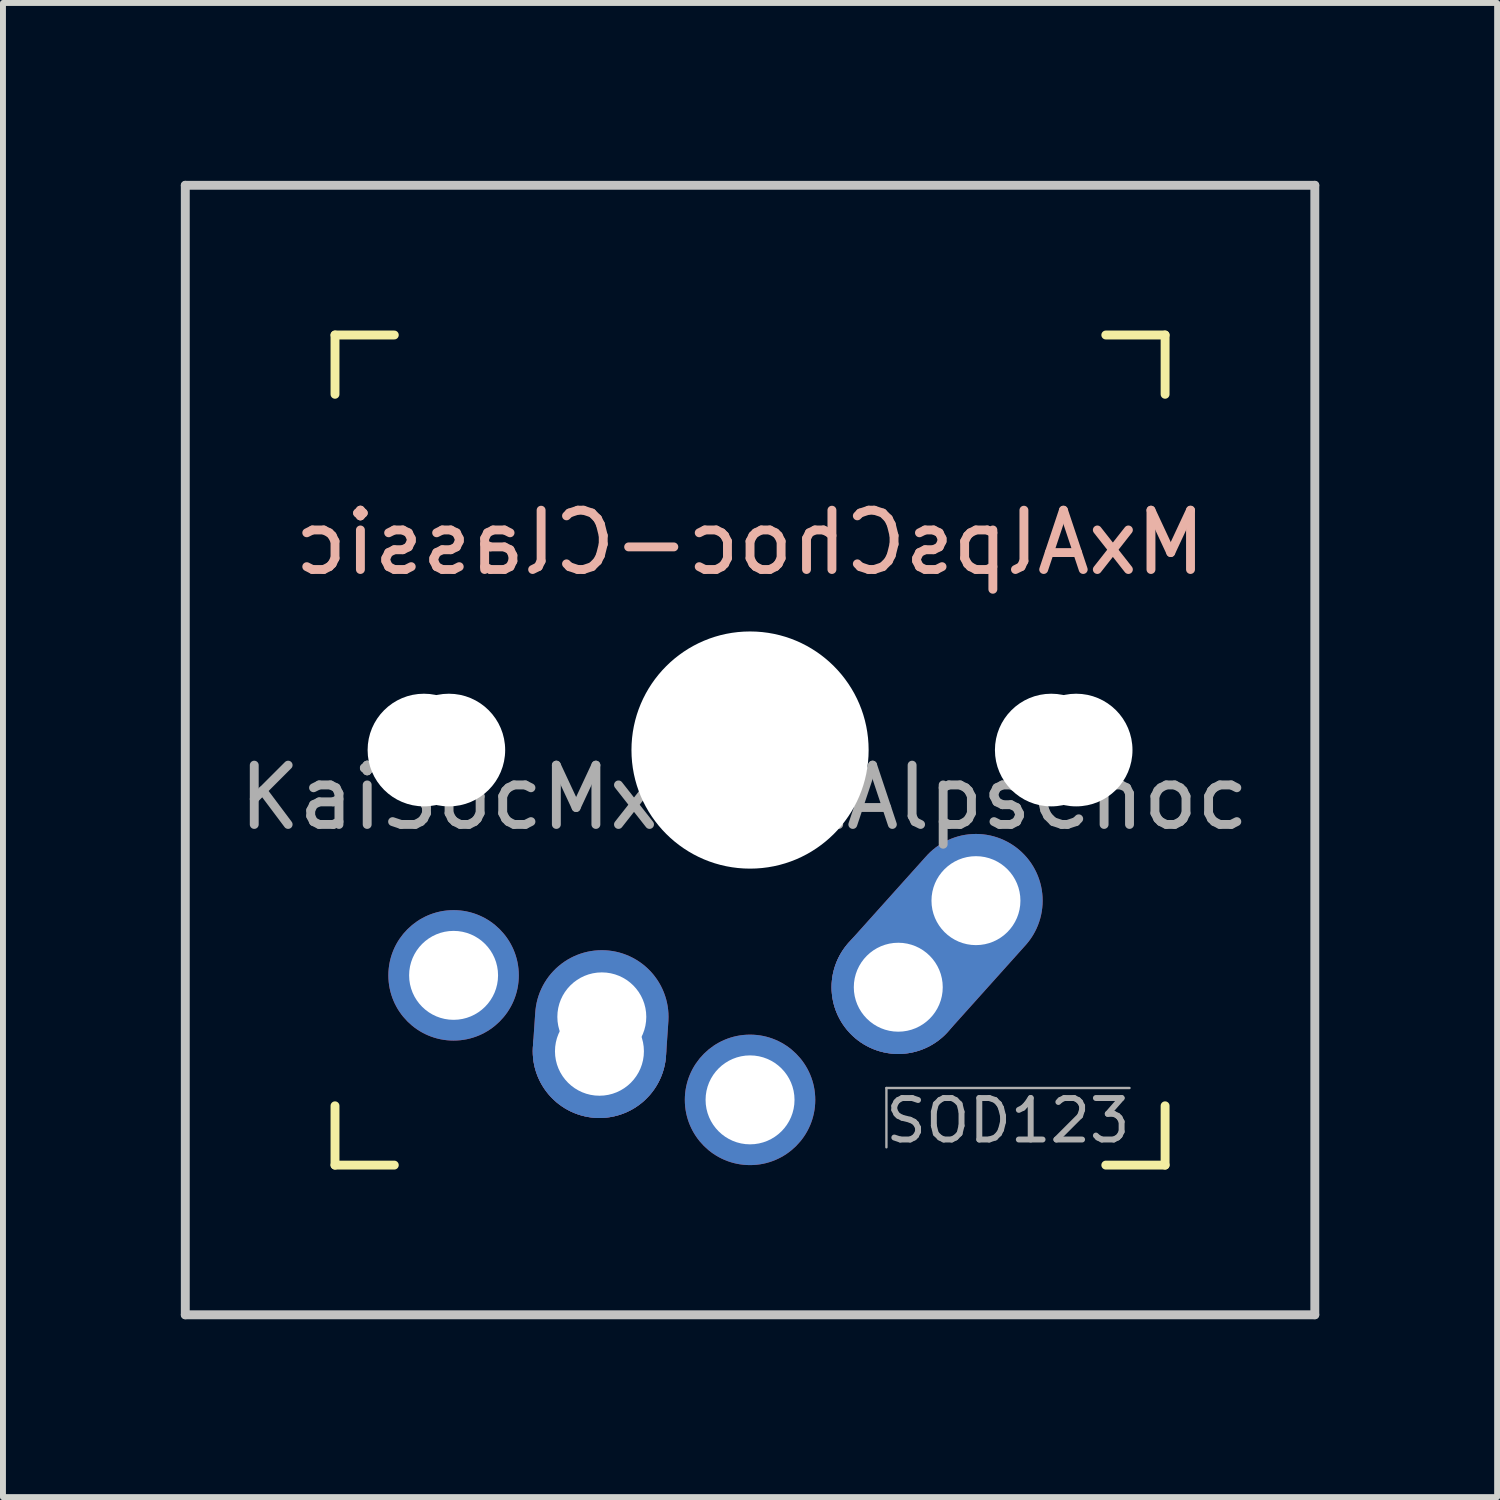
<source format=kicad_pcb>
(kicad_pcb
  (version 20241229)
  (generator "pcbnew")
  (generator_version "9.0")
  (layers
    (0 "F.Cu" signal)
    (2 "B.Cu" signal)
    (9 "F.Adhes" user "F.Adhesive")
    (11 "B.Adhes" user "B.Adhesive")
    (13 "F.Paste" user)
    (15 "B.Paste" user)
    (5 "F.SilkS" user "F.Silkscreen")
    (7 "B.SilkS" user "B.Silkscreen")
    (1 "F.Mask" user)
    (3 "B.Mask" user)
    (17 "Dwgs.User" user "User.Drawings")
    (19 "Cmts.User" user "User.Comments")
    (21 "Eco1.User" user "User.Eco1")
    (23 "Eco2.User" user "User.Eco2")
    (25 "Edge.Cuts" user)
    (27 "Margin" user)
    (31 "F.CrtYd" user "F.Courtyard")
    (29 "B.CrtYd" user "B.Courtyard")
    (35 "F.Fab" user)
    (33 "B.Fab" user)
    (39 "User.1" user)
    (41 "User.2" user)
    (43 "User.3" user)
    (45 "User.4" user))
  (footprint "MxAlpsChoc-Classic"
    (layer "F.Cu")
    (at 9.6 9.6)
    (property "Reference" "MxAlpsChoc-Classic" (at 0 -3.5 0) (layer "B.SilkS") (effects (font (size 1 1) (thickness 0.15)) (justify mirror)))
    (attr through_hole)
    (fp_line (start -7 -7) (end -7 -6) (stroke (width 0.15) (type solid)) (layer "F.SilkS"))
    (fp_line (start -7 -7) (end -6 -7) (stroke (width 0.15) (type solid)) (layer "F.SilkS"))
    (fp_line (start -7 7) (end -7 6) (stroke (width 0.15) (type solid)) (layer "F.SilkS"))
    (fp_line (start -7 7) (end -6 7) (stroke (width 0.15) (type solid)) (layer "F.SilkS"))
    (fp_line (start 6 -7) (end 7 -7) (stroke (width 0.15) (type solid)) (layer "F.SilkS"))
    (fp_line (start 6 7) (end 7 7) (stroke (width 0.15) (type solid)) (layer "F.SilkS"))
    (fp_line (start 7 -7) (end 7 -6) (stroke (width 0.15) (type solid)) (layer "F.SilkS"))
    (fp_line (start 7 6) (end 7 7) (stroke (width 0.15) (type solid)) (layer "F.SilkS"))
    (fp_line (start -9.525 -9.525) (end 9.525 -9.525) (stroke (width 0.15) (type solid)) (layer "Dwgs.User"))
    (fp_line (start -9.525 9.525) (end -9.525 -9.525) (stroke (width 0.15) (type solid)) (layer "Dwgs.User"))
    (fp_line (start 9.525 -9.525) (end 9.525 9.525) (stroke (width 0.15) (type solid)) (layer "Dwgs.User"))
    (fp_line (start 9.525 9.525) (end -9.525 9.525) (stroke (width 0.15) (type solid)) (layer "Dwgs.User"))
    (fp_line (start 2.3 5.7) (end 2.3 6.7) (stroke (width 0.04) (type solid)) (layer "F.Fab"))
    (fp_line (start 2.3 5.7) (end 6.4 5.7) (stroke (width 0.04) (type solid)) (layer "F.Fab"))
    (fp_text user "KaiSocMx-MxAlpsChoc" (at -0.1 0.8 0) (layer "F.Fab") (effects (font (size 1 1) (thickness 0.15))))
    (fp_text user "SOD123" (at 4.35 6.25 0) (layer "F.Fab") (effects (font (size 0.7 0.7) (thickness 0.1))))
    (pad "" np_thru_hole circle (at -5.5 0 228.1) (size 1.9 1.9) (drill 1.9) (layers "*.Cu" "*.Mask"))
    (pad "" np_thru_hole circle (at -5.08 0 228.1) (size 1.9 1.9) (drill 1.9) (layers "*.Cu" "*.Mask"))
    (pad "" np_thru_hole circle (at 0 0 180) (size 4 4) (drill 4) (layers "*.Cu" "*.Mask"))
    (pad "" np_thru_hole circle (at 5.08 0 228.1) (size 1.9 1.9) (drill 1.9) (layers "*.Cu" "*.Mask"))
    (pad "" np_thru_hole circle (at 5.5 0 228.1) (size 1.9 1.9) (drill 1.9) (layers "*.Cu" "*.Mask"))
    (pad "1" thru_hole circle (at -5 3.8 180) (size 2.2 2.2) (drill 1.5) (layers "*.Cu" "*.Mask"))
    (pad "1" thru_hole circle (at -2.54 5.08 180) (size 2.25 2.25) (drill 1.5) (layers "*.Cu" "*.Mask"))
    (pad "1" thru_hole oval (at -2.5 4.5 266.1) (size 2.831 2.25) (drill 1.5 (offset 0.291 0)) (layers "*.Cu" "*.Mask"))
    (pad "2" thru_hole circle (at 0 5.9 180) (size 2.2 2.2) (drill 1.5) (layers "*.Cu" "*.Mask"))
    (pad "2" thru_hole circle (at 2.5 4 180) (size 2.25 2.25) (drill 1.5) (layers "*.Cu" "*.Mask"))
    (pad "2" thru_hole oval (at 3.81 2.54 228.1) (size 4.212 2.25) (drill 1.5 (offset 0.981 0)) (layers "*.Cu" "*.Mask")))
  (gr_rect
    (start -3 -3)
    (end 22.2 22.2)
    (stroke (width 0.1) (type default))
    (fill no)
    (layer "Edge.Cuts")))
</source>
